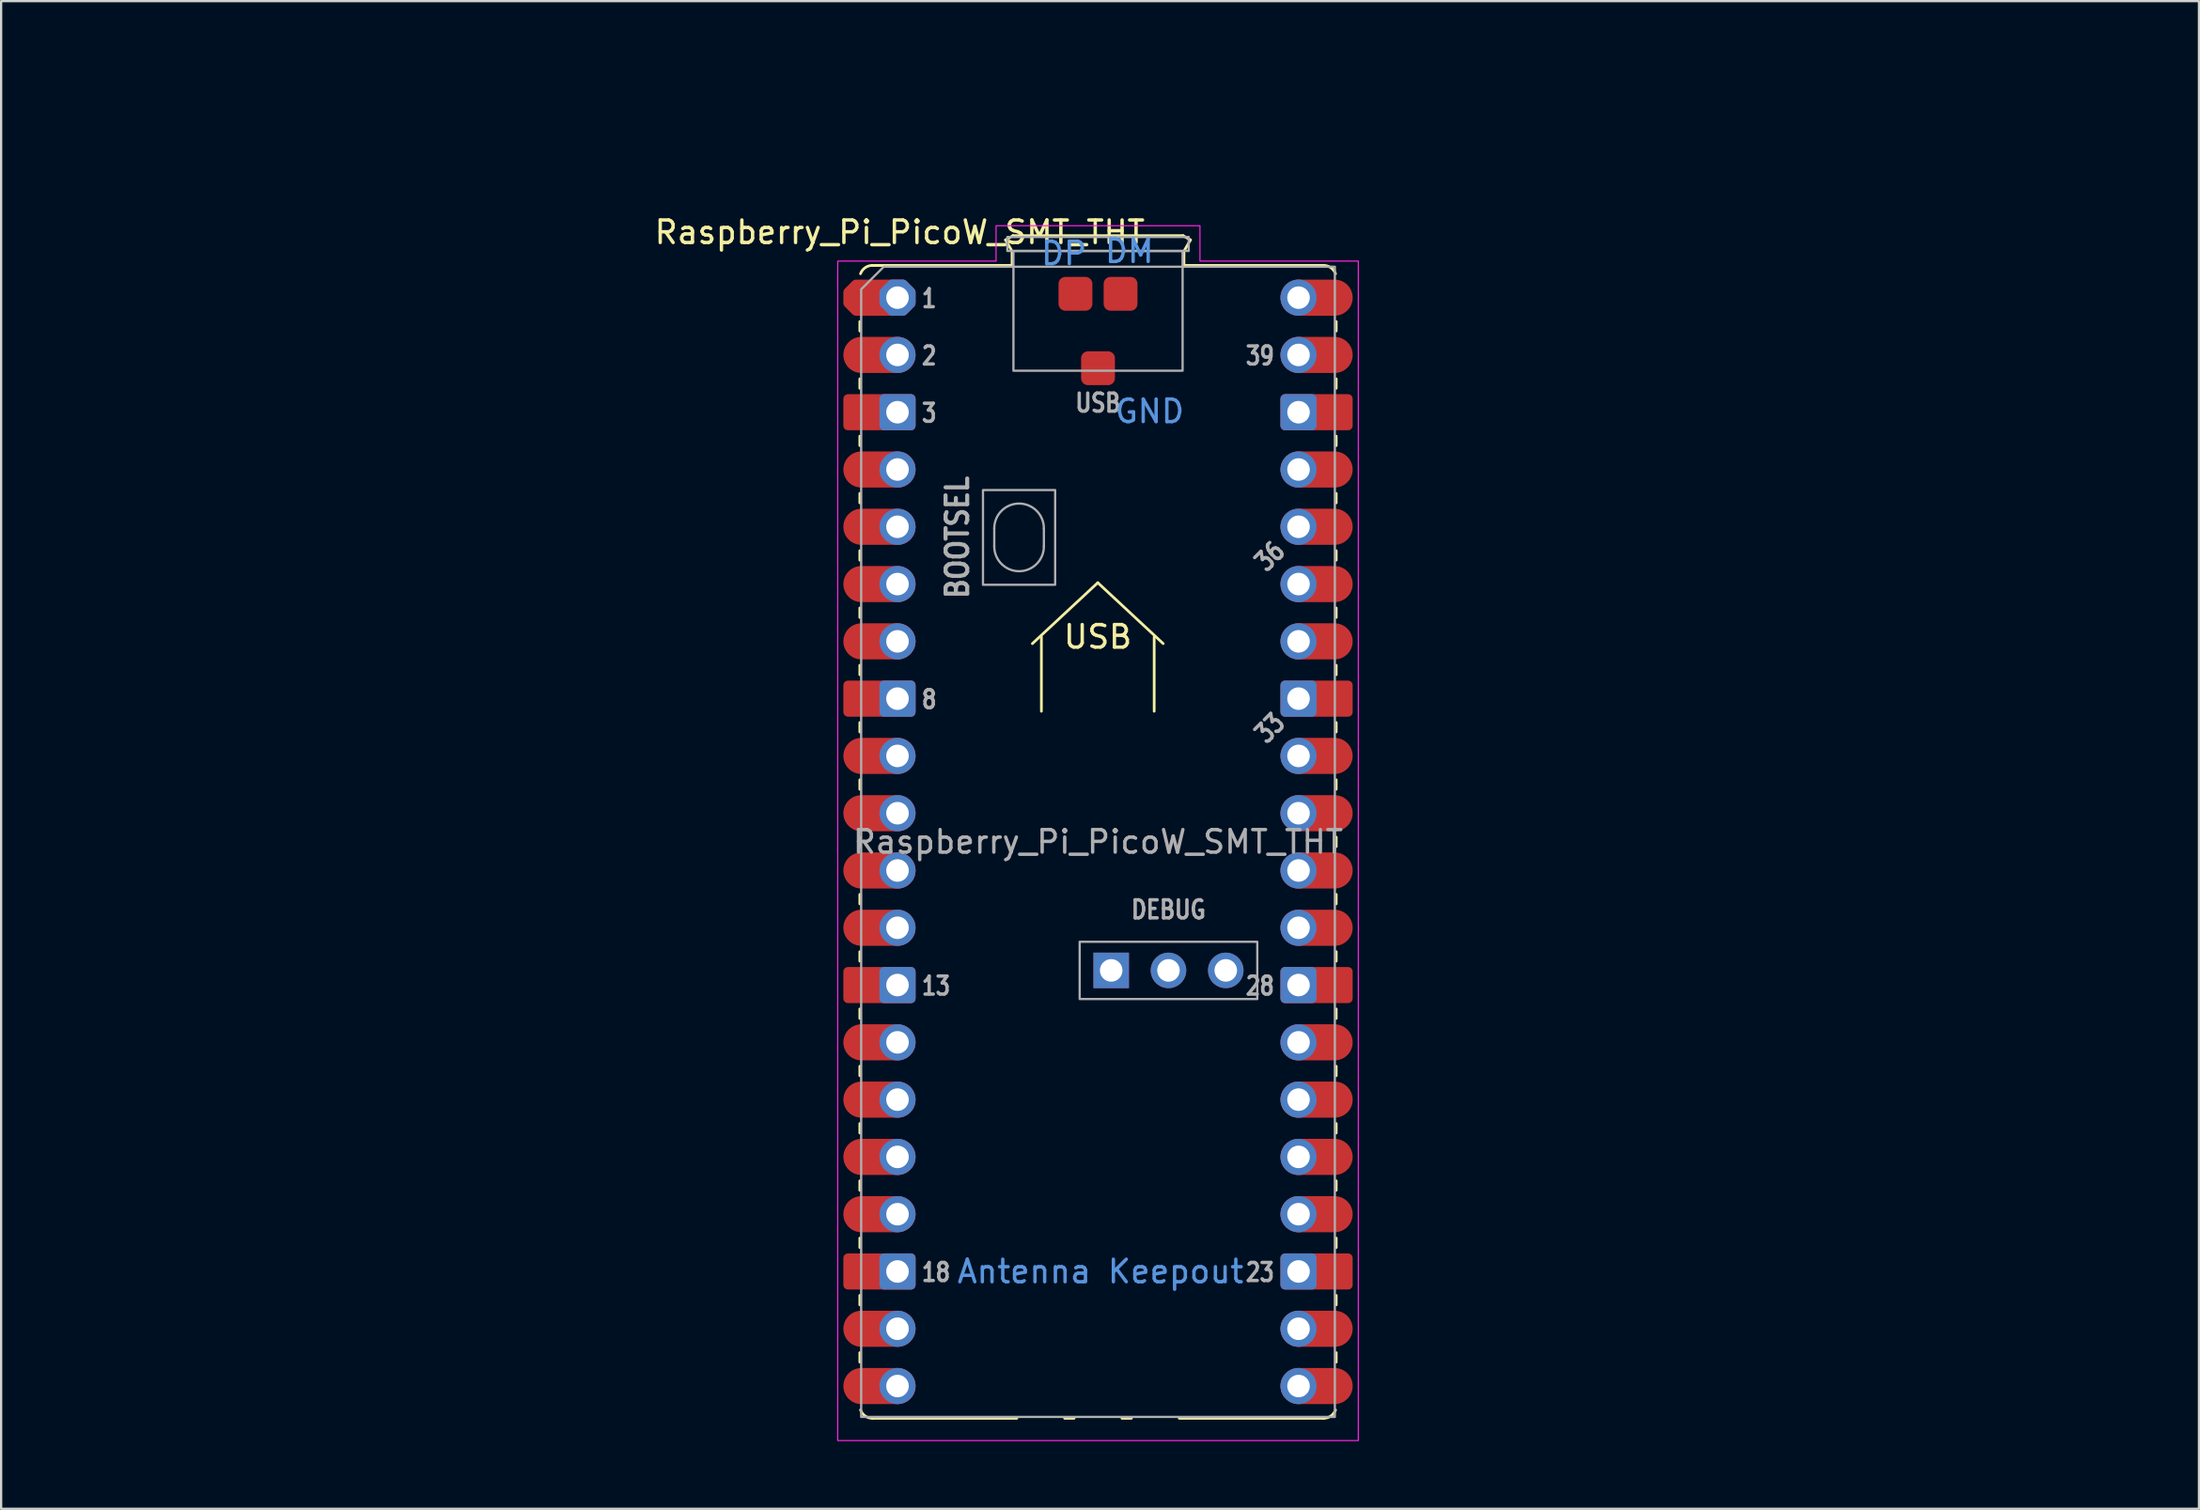
<source format=kicad_pcb>
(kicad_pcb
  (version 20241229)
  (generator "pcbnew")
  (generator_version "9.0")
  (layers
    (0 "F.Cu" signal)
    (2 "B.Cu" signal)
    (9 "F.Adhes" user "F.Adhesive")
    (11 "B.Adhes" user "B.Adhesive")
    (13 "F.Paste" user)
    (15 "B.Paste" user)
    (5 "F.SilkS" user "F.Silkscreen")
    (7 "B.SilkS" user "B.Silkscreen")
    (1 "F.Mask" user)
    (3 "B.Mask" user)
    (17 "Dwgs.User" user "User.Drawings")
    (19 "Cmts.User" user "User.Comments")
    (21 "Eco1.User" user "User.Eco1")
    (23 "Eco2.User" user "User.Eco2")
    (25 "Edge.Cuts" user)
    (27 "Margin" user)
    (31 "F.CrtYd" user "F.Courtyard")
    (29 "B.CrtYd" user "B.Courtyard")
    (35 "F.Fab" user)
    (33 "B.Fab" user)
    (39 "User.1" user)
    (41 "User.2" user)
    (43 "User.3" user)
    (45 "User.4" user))
  (footprint "Raspberry_Pi_PicoW_SMT_THT"
    (layer "F.Cu")
    (at 45.62 34.188)
    (property "Reference" "Raspberry_Pi_PicoW_SMT_THT" (at -8.78 -26.94 0) (layer "F.SilkS") (effects (font (size 1 1) (thickness 0.15))))
    (attr through_hole)
    (fp_line (start -10.55 -22.98) (end -10.55 -22.56) (stroke (width 0.12) (type solid)) (layer "F.SilkS"))
    (fp_line (start -10.55 -20.44) (end -10.55 -20.02) (stroke (width 0.12) (type solid)) (layer "F.SilkS"))
    (fp_line (start -10.55 -17.9) (end -10.55 -17.48) (stroke (width 0.12) (type solid)) (layer "F.SilkS"))
    (fp_line (start -10.55 -15.36) (end -10.55 -14.94) (stroke (width 0.12) (type solid)) (layer "F.SilkS"))
    (fp_line (start -10.55 -12.82) (end -10.55 -12.4) (stroke (width 0.12) (type solid)) (layer "F.SilkS"))
    (fp_line (start -10.55 -10.28) (end -10.55 -9.86) (stroke (width 0.12) (type solid)) (layer "F.SilkS"))
    (fp_line (start -10.55 -7.74) (end -10.55 -7.32) (stroke (width 0.12) (type solid)) (layer "F.SilkS"))
    (fp_line (start -10.55 -5.2) (end -10.55 -4.78) (stroke (width 0.12) (type solid)) (layer "F.SilkS"))
    (fp_line (start -10.55 -2.66) (end -10.55 -2.24) (stroke (width 0.12) (type solid)) (layer "F.SilkS"))
    (fp_line (start -10.55 -0.12) (end -10.55 0.3) (stroke (width 0.12) (type solid)) (layer "F.SilkS"))
    (fp_line (start -10.55 2.42) (end -10.55 2.84) (stroke (width 0.12) (type solid)) (layer "F.SilkS"))
    (fp_line (start -10.55 4.96) (end -10.55 5.38) (stroke (width 0.12) (type solid)) (layer "F.SilkS"))
    (fp_line (start -10.55 7.5) (end -10.55 7.92) (stroke (width 0.12) (type solid)) (layer "F.SilkS"))
    (fp_line (start -10.55 10.04) (end -10.55 10.46) (stroke (width 0.12) (type solid)) (layer "F.SilkS"))
    (fp_line (start -10.55 12.58) (end -10.55 13) (stroke (width 0.12) (type solid)) (layer "F.SilkS"))
    (fp_line (start -10.55 15.12) (end -10.55 15.54) (stroke (width 0.12) (type solid)) (layer "F.SilkS"))
    (fp_line (start -10.55 17.66) (end -10.55 18.08) (stroke (width 0.12) (type solid)) (layer "F.SilkS"))
    (fp_line (start -10.55 20.2) (end -10.55 20.62) (stroke (width 0.12) (type solid)) (layer "F.SilkS"))
    (fp_line (start -10.55 22.74) (end -10.55 23.16) (stroke (width 0.12) (type solid)) (layer "F.SilkS"))
    (fp_line (start -9.99 -25.47) (end -3.8 -25.47) (stroke (width 0.12) (type solid)) (layer "F.SilkS"))
    (fp_line (start -9.99 25.65) (end -3.59 25.65) (stroke (width 0.12) (type solid)) (layer "F.SilkS"))
    (fp_line (start -4.09 -26.6) (end -3.76 -26.79) (stroke (width 0.12) (type solid)) (layer "F.SilkS"))
    (fp_line (start -3.8 -26.1) (end -4.09 -26.6) (stroke (width 0.12) (type solid)) (layer "F.SilkS"))
    (fp_line (start -3.8 -25.47) (end -9.99 -25.47) (stroke (width 0.12) (type solid)) (layer "F.SilkS"))
    (fp_line (start -3.8 -25.47) (end -3.8 -26.1) (stroke (width 0.12) (type solid)) (layer "F.SilkS"))
    (fp_line (start -3.76 -26.79) (end 3.78 -26.79) (stroke (width 0.12) (type solid)) (layer "F.SilkS"))
    (fp_line (start -2.9 -8.7) (end 0 -11.4) (stroke (width 0.12) (type solid)) (layer "F.SilkS"))
    (fp_line (start -2.5 -5.7) (end -2.5 -9) (stroke (width 0.12) (type solid)) (layer "F.SilkS"))
    (fp_line (start -1.47 25.65) (end -1.05 25.65) (stroke (width 0.12) (type solid)) (layer "F.SilkS"))
    (fp_line (start 0 -11.4) (end 2.9 -8.7) (stroke (width 0.12) (type solid)) (layer "F.SilkS"))
    (fp_line (start 1.07 25.65) (end 1.49 25.65) (stroke (width 0.12) (type solid)) (layer "F.SilkS"))
    (fp_line (start 2.5 -5.7) (end 2.5 -9) (stroke (width 0.12) (type solid)) (layer "F.SilkS"))
    (fp_line (start 3.61 25.65) (end 10.01 25.65) (stroke (width 0.12) (type solid)) (layer "F.SilkS"))
    (fp_line (start 3.78 -26.79) (end 4.11 -26.6) (stroke (width 0.12) (type solid)) (layer "F.SilkS"))
    (fp_line (start 3.82 -26.1) (end 3.82 -25.47) (stroke (width 0.12) (type solid)) (layer "F.SilkS"))
    (fp_line (start 4.11 -26.6) (end 3.82 -26.1) (stroke (width 0.12) (type solid)) (layer "F.SilkS"))
    (fp_line (start 10.01 -25.47) (end 3.82 -25.47) (stroke (width 0.12) (type solid)) (layer "F.SilkS"))
    (fp_line (start 10.57 -22.98) (end 10.57 -22.56) (stroke (width 0.12) (type solid)) (layer "F.SilkS"))
    (fp_line (start 10.57 -20.44) (end 10.57 -20.02) (stroke (width 0.12) (type solid)) (layer "F.SilkS"))
    (fp_line (start 10.57 -17.9) (end 10.57 -17.48) (stroke (width 0.12) (type solid)) (layer "F.SilkS"))
    (fp_line (start 10.57 -15.36) (end 10.57 -14.94) (stroke (width 0.12) (type solid)) (layer "F.SilkS"))
    (fp_line (start 10.57 -12.82) (end 10.57 -12.4) (stroke (width 0.12) (type solid)) (layer "F.SilkS"))
    (fp_line (start 10.57 -10.28) (end 10.57 -9.86) (stroke (width 0.12) (type solid)) (layer "F.SilkS"))
    (fp_line (start 10.57 -7.74) (end 10.57 -7.32) (stroke (width 0.12) (type solid)) (layer "F.SilkS"))
    (fp_line (start 10.57 -5.2) (end 10.57 -4.78) (stroke (width 0.12) (type solid)) (layer "F.SilkS"))
    (fp_line (start 10.57 -2.66) (end 10.57 -2.24) (stroke (width 0.12) (type solid)) (layer "F.SilkS"))
    (fp_line (start 10.57 -0.12) (end 10.57 0.3) (stroke (width 0.12) (type solid)) (layer "F.SilkS"))
    (fp_line (start 10.57 2.42) (end 10.57 2.84) (stroke (width 0.12) (type solid)) (layer "F.SilkS"))
    (fp_line (start 10.57 4.96) (end 10.57 5.38) (stroke (width 0.12) (type solid)) (layer "F.SilkS"))
    (fp_line (start 10.57 7.5) (end 10.57 7.92) (stroke (width 0.12) (type solid)) (layer "F.SilkS"))
    (fp_line (start 10.57 10.04) (end 10.57 10.46) (stroke (width 0.12) (type solid)) (layer "F.SilkS"))
    (fp_line (start 10.57 12.58) (end 10.57 13) (stroke (width 0.12) (type solid)) (layer "F.SilkS"))
    (fp_line (start 10.57 15.12) (end 10.57 15.54) (stroke (width 0.12) (type solid)) (layer "F.SilkS"))
    (fp_line (start 10.57 17.66) (end 10.57 18.08) (stroke (width 0.12) (type solid)) (layer "F.SilkS"))
    (fp_line (start 10.57 20.2) (end 10.57 20.62) (stroke (width 0.12) (type solid)) (layer "F.SilkS"))
    (fp_line (start 10.57 22.74) (end 10.57 23.16) (stroke (width 0.12) (type solid)) (layer "F.SilkS"))
    (fp_arc (start -10.52 -25.1) (mid -10.313508 -25.368808) (end -9.99 -25.47) (stroke (width 0.12) (type solid)) (layer "F.SilkS"))
    (fp_arc (start -9.99 25.65) (mid -10.313508 25.548809) (end -10.52 25.28) (stroke (width 0.12) (type solid)) (layer "F.SilkS"))
    (fp_arc (start 10.01 -25.47) (mid 10.333529 -25.368823) (end 10.54 -25.1) (stroke (width 0.12) (type solid)) (layer "F.SilkS"))
    (fp_arc (start 10.54 25.28) (mid 10.333497 25.548778) (end 10.01 25.65) (stroke (width 0.12) (type solid)) (layer "F.SilkS"))
    (fp_poly (pts (xy 4.53 -25.66) (xy 11.55 -25.66) (xy 11.55 26.64) (xy -11.53 26.64) (xy -11.53 -25.66) (xy -4.51 -25.66) (xy -4.51 -27.23) (xy 4.53 -27.23)) (stroke (width 0.05) (type solid)) (fill no) (layer "F.CrtYd"))
    (fp_line (start -4.59 -13.81) (end -4.59 -13.01) (stroke (width 0.1) (type solid)) (layer "F.Fab"))
    (fp_line (start -2.39 -13.81) (end -2.39 -13.01) (stroke (width 0.1) (type solid)) (layer "F.Fab"))
    (fp_rect (start -5.09 -15.51) (end -1.89 -11.31) (stroke (width 0.1) (type solid)) (fill no) (layer "F.Fab"))
    (fp_rect (start -4.01 -26.73) (end 4.03 -26.11) (stroke (width 0.1) (type solid)) (fill no) (layer "F.Fab"))
    (fp_rect (start -3.74 -26.11) (end 3.76 -20.8) (stroke (width 0.1) (type solid)) (fill no) (layer "F.Fab"))
    (fp_rect (start -0.803 4.52) (end 7.071 7.06) (stroke (width 0.1) (type solid)) (fill no) (layer "F.Fab"))
    (fp_arc (start -4.59 -13.81) (mid -3.49 -14.91) (end -2.39 -13.81) (stroke (width 0.1) (type solid)) (layer "F.Fab"))
    (fp_arc (start -2.39 -13.01) (mid -3.49 -11.91) (end -4.59 -13.01) (stroke (width 0.1) (type solid)) (layer "F.Fab"))
    (fp_poly (pts (xy 10.51 25.59) (xy -10.49 25.59) (xy -10.49 -24.41) (xy -9.49 -25.41) (xy 10.51 -25.41)) (stroke (width 0.1) (type solid)) (fill no) (layer "F.Fab"))
    (fp_text user "USB" (at 0 -9 0) (unlocked yes) (layer "F.SilkS") (effects (font (size 1 1) (thickness 0.15))))
    (fp_text user "Antenna Keepout" (at 0.12 19.14 0) (unlocked yes) (layer "Cmts.User") (effects (font (size 1 1) (thickness 0.15))))
    (fp_text user "DP" (at -1.5 -26 0) (unlocked yes) (layer "Cmts.User") (effects (font (size 1 1) (thickness 0.15))))
    (fp_text user "GND" (at 2.3 -19 0) (unlocked yes) (layer "Cmts.User") (effects (font (size 1 1) (thickness 0.15))))
    (fp_text user "DM" (at 1.4 -26.1 0) (unlocked yes) (layer "Cmts.User") (effects (font (size 1 1) (thickness 0.15))))
    (fp_text user "BOOTSEL" (at -6.224 -13.41 90) (unlocked yes) (layer "F.Fab") (effects (font (size 0.96 0.825) (thickness 0.18))))
    (fp_text user "8" (at -7.88 -6.222 0) (unlocked yes) (layer "F.Fab") (effects (font (size 0.8 0.64) (thickness 0.15)) (justify left)))
    (fp_text user "1" (at -7.88 -24.002 0) (unlocked yes) (layer "F.Fab") (effects (font (size 0.8 0.64) (thickness 0.15)) (justify left)))
    (fp_text user "23" (at 7.9 19.178 0) (unlocked yes) (layer "F.Fab") (effects (font (size 0.8 0.64) (thickness 0.15)) (justify right)))
    (fp_text user "3" (at -7.88 -18.922 0) (unlocked yes) (layer "F.Fab") (effects (font (size 0.8 0.64) (thickness 0.15)) (justify left)))
    (fp_text user "33" (at 7.63 -4.952 45) (unlocked yes) (layer "F.Fab") (effects (font (size 0.8 0.64) (thickness 0.15))))
    (fp_text user "39" (at 7.9 -21.462 0) (unlocked yes) (layer "F.Fab") (effects (font (size 0.8 0.64) (thickness 0.15)) (justify right)))
    (fp_text user "USB" (at 0.01 -19.372 0) (unlocked yes) (layer "F.Fab") (effects (font (size 0.8 0.66) (thickness 0.15))))
    (fp_text user "2" (at -7.88 -21.462 0) (unlocked yes) (layer "F.Fab") (effects (font (size 0.8 0.64) (thickness 0.15)) (justify left)))
    (fp_text user "18" (at -7.88 19.178 0) (unlocked yes) (layer "F.Fab") (effects (font (size 0.8 0.64) (thickness 0.15)) (justify left)))
    (fp_text user "28" (at 7.9 6.478 0) (unlocked yes) (layer "F.Fab") (effects (font (size 0.8 0.64) (thickness 0.15)) (justify right)))
    (fp_text user "36" (at 7.63 -12.572 45) (unlocked yes) (layer "F.Fab") (effects (font (size 0.8 0.64) (thickness 0.15))))
    (fp_text user "13" (at -7.88 6.478 0) (unlocked yes) (layer "F.Fab") (effects (font (size 0.8 0.64) (thickness 0.15)) (justify left)))
    (fp_text user "${REFERENCE}" (at 0.01 0.09 0) (unlocked yes) (layer "F.Fab") (effects (font (size 1 1) (thickness 0.15))))
    (fp_text user "DEBUG" (at 3.134 3.098 0) (unlocked yes) (layer "F.Fab") (effects (font (size 0.8 0.66) (thickness 0.15))))
    (fp_text user "https://forum.kicad.info/t/are-there-pi-pico-library-files-available-for-kicad-6/35844/12" (at 0.12 -31.54 0) (unlocked yes) (layer "User.1") (effects (font (size 1 1) (thickness 0.15))))
    (fp_text user "This public domain footprint does not match the original source as it has been modified to better fit this application" (at 0.1 -29.8 0) (unlocked yes) (layer "User.1") (effects (font (size 1 1) (thickness 0.15))))
    (fp_text user "Public Domain As Per:" (at 0.82 -33.34 0) (unlocked yes) (layer "User.1") (effects (font (size 1 1) (thickness 0.15))))
    (pad "1" smd custom (at -10.48 -24.04) (size 1.6 1.6) (layers "F.Cu" "F.Mask") (options (anchor circle)) (primitives (gr_poly (pts (xy 2.2 0.249) (xy 1.849 0.6) (xy -0.249 0.6) (xy -0.6 0.249) (xy -0.6 -0.249) (xy -0.249 -0.6) (xy 1.849 -0.6) (xy 2.2 -0.249)) (width 0.4) (fill yes))))
    (pad "1" thru_hole custom (at -8.88 -24.04) (size 1.6 1.6) (drill 1) (layers "*.Cu" "*.Mask") (options (anchor circle)) (primitives (gr_poly (pts (xy 0.6 0.249) (xy 0.249 0.6) (xy -0.249 0.6) (xy -0.6 0.249) (xy -0.6 -0.249) (xy -0.249 -0.6) (xy 0.249 -0.6) (xy 0.6 -0.249)) (width 0.4) (fill yes))))
    (pad "2" smd oval (at -10.48 -21.5) (size 3.2 1.6) (drill (offset 0.8 0)) (layers "F.Cu" "F.Mask"))
    (pad "2" thru_hole circle (at -8.88 -21.5) (size 1.6 1.6) (drill 1) (layers "*.Cu" "*.Mask"))
    (pad "3" smd roundrect (at -10.48 -18.96) (size 3.2 1.6) (drill (offset 0.8 0)) (layers "F.Cu" "F.Mask") (roundrect_rratio 0.125))
    (pad "3" thru_hole roundrect (at -8.88 -18.96) (size 1.6 1.6) (drill 1) (layers "*.Cu" "*.Mask") (roundrect_rratio 0.125))
    (pad "4" smd oval (at -10.48 -16.42) (size 3.2 1.6) (drill (offset 0.8 0)) (layers "F.Cu" "F.Mask"))
    (pad "4" thru_hole circle (at -8.88 -16.42) (size 1.6 1.6) (drill 1) (layers "*.Cu" "*.Mask"))
    (pad "5" smd oval (at -10.48 -13.88) (size 3.2 1.6) (drill (offset 0.8 0)) (layers "F.Cu" "F.Mask"))
    (pad "5" thru_hole circle (at -8.88 -13.88) (size 1.6 1.6) (drill 1) (layers "*.Cu" "*.Mask"))
    (pad "6" smd oval (at -10.48 -11.34) (size 3.2 1.6) (drill (offset 0.8 0)) (layers "F.Cu" "F.Mask"))
    (pad "6" thru_hole circle (at -8.88 -11.34) (size 1.6 1.6) (drill 1) (layers "*.Cu" "*.Mask"))
    (pad "7" smd oval (at -10.48 -8.8) (size 3.2 1.6) (drill (offset 0.8 0)) (layers "F.Cu" "F.Mask"))
    (pad "7" thru_hole circle (at -8.88 -8.8) (size 1.6 1.6) (drill 1) (layers "*.Cu" "*.Mask"))
    (pad "8" smd roundrect (at -10.48 -6.26) (size 3.2 1.6) (drill (offset 0.8 0)) (layers "F.Cu" "F.Mask") (roundrect_rratio 0.125))
    (pad "8" thru_hole roundrect (at -8.88 -6.26) (size 1.6 1.6) (drill 1) (layers "*.Cu" "*.Mask") (roundrect_rratio 0.125))
    (pad "9" smd oval (at -10.48 -3.72) (size 3.2 1.6) (drill (offset 0.8 0)) (layers "F.Cu" "F.Mask"))
    (pad "9" thru_hole circle (at -8.88 -3.72) (size 1.6 1.6) (drill 1) (layers "*.Cu" "*.Mask"))
    (pad "10" smd oval (at -10.48 -1.18) (size 3.2 1.6) (drill (offset 0.8 0)) (layers "F.Cu" "F.Mask"))
    (pad "10" thru_hole circle (at -8.88 -1.18) (size 1.6 1.6) (drill 1) (layers "*.Cu" "*.Mask"))
    (pad "11" smd oval (at -10.48 1.36) (size 3.2 1.6) (drill (offset 0.8 0)) (layers "F.Cu" "F.Mask"))
    (pad "11" thru_hole circle (at -8.88 1.36) (size 1.6 1.6) (drill 1) (layers "*.Cu" "*.Mask"))
    (pad "12" smd oval (at -10.48 3.9) (size 3.2 1.6) (drill (offset 0.8 0)) (layers "F.Cu" "F.Mask"))
    (pad "12" thru_hole circle (at -8.88 3.9) (size 1.6 1.6) (drill 1) (layers "*.Cu" "*.Mask"))
    (pad "13" smd roundrect (at -10.48 6.44) (size 3.2 1.6) (drill (offset 0.8 0)) (layers "F.Cu" "F.Mask") (roundrect_rratio 0.125))
    (pad "13" thru_hole roundrect (at -8.88 6.44) (size 1.6 1.6) (drill 1) (layers "*.Cu" "*.Mask") (roundrect_rratio 0.125))
    (pad "14" smd oval (at -10.48 8.98) (size 3.2 1.6) (drill (offset 0.8 0)) (layers "F.Cu" "F.Mask"))
    (pad "14" thru_hole circle (at -8.88 8.98) (size 1.6 1.6) (drill 1) (layers "*.Cu" "*.Mask"))
    (pad "15" smd oval (at -10.48 11.52) (size 3.2 1.6) (drill (offset 0.8 0)) (layers "F.Cu" "F.Mask"))
    (pad "15" thru_hole circle (at -8.88 11.52) (size 1.6 1.6) (drill 1) (layers "*.Cu" "*.Mask"))
    (pad "16" smd oval (at -10.48 14.06) (size 3.2 1.6) (drill (offset 0.8 0)) (layers "F.Cu" "F.Mask"))
    (pad "16" thru_hole circle (at -8.88 14.06) (size 1.6 1.6) (drill 1) (layers "*.Cu" "*.Mask"))
    (pad "17" smd oval (at -10.48 16.6) (size 3.2 1.6) (drill (offset 0.8 0)) (layers "F.Cu" "F.Mask"))
    (pad "17" thru_hole circle (at -8.88 16.6) (size 1.6 1.6) (drill 1) (layers "*.Cu" "*.Mask"))
    (pad "18" smd roundrect (at -10.48 19.14) (size 3.2 1.6) (drill (offset 0.8 0)) (layers "F.Cu" "F.Mask") (roundrect_rratio 0.125))
    (pad "18" thru_hole roundrect (at -8.88 19.14) (size 1.6 1.6) (drill 1) (layers "*.Cu" "*.Mask") (roundrect_rratio 0.125))
    (pad "19" smd oval (at -10.48 21.68) (size 3.2 1.6) (drill (offset 0.8 0)) (layers "F.Cu" "F.Mask"))
    (pad "19" thru_hole circle (at -8.88 21.68) (size 1.6 1.6) (drill 1) (layers "*.Cu" "*.Mask"))
    (pad "20" smd oval (at -10.48 24.22) (size 3.2 1.6) (drill (offset 0.8 0)) (layers "F.Cu" "F.Mask"))
    (pad "20" thru_hole circle (at -8.88 24.22) (size 1.6 1.6) (drill 1) (layers "*.Cu" "*.Mask"))
    (pad "21" thru_hole circle (at 8.9 24.22) (size 1.6 1.6) (drill 1) (layers "*.Cu" "*.Mask"))
    (pad "21" smd oval (at 10.5 24.22) (size 3.2 1.6) (drill (offset -0.8 0)) (layers "F.Cu" "F.Mask"))
    (pad "22" thru_hole circle (at 8.9 21.68) (size 1.6 1.6) (drill 1) (layers "*.Cu" "*.Mask"))
    (pad "22" smd oval (at 10.5 21.68) (size 3.2 1.6) (drill (offset -0.8 0)) (layers "F.Cu" "F.Mask"))
    (pad "23" thru_hole roundrect (at 8.9 19.14) (size 1.6 1.6) (drill 1) (layers "*.Cu" "*.Mask") (roundrect_rratio 0.125))
    (pad "23" smd roundrect (at 10.5 19.14) (size 3.2 1.6) (drill (offset -0.8 0)) (layers "F.Cu" "F.Mask") (roundrect_rratio 0.125))
    (pad "24" thru_hole circle (at 8.9 16.6) (size 1.6 1.6) (drill 1) (layers "*.Cu" "*.Mask"))
    (pad "24" smd oval (at 10.5 16.6) (size 3.2 1.6) (drill (offset -0.8 0)) (layers "F.Cu" "F.Mask"))
    (pad "25" thru_hole circle (at 8.9 14.06) (size 1.6 1.6) (drill 1) (layers "*.Cu" "*.Mask"))
    (pad "25" smd oval (at 10.5 14.06) (size 3.2 1.6) (drill (offset -0.8 0)) (layers "F.Cu" "F.Mask"))
    (pad "26" thru_hole circle (at 8.9 11.52) (size 1.6 1.6) (drill 1) (layers "*.Cu" "*.Mask"))
    (pad "26" smd oval (at 10.5 11.52) (size 3.2 1.6) (drill (offset -0.8 0)) (layers "F.Cu" "F.Mask"))
    (pad "27" thru_hole circle (at 8.9 8.98) (size 1.6 1.6) (drill 1) (layers "*.Cu" "*.Mask"))
    (pad "27" smd oval (at 10.5 8.98) (size 3.2 1.6) (drill (offset -0.8 0)) (layers "F.Cu" "F.Mask"))
    (pad "28" thru_hole roundrect (at 8.9 6.44) (size 1.6 1.6) (drill 1) (layers "*.Cu" "*.Mask") (roundrect_rratio 0.125))
    (pad "28" smd roundrect (at 10.5 6.44) (size 3.2 1.6) (drill (offset -0.8 0)) (layers "F.Cu" "F.Mask") (roundrect_rratio 0.125))
    (pad "29" thru_hole circle (at 8.9 3.9) (size 1.6 1.6) (drill 1) (layers "*.Cu" "*.Mask"))
    (pad "29" smd oval (at 10.5 3.9) (size 3.2 1.6) (drill (offset -0.8 0)) (layers "F.Cu" "F.Mask"))
    (pad "30" thru_hole circle (at 8.9 1.36) (size 1.6 1.6) (drill 1) (layers "*.Cu" "*.Mask"))
    (pad "30" smd oval (at 10.5 1.36) (size 3.2 1.6) (drill (offset -0.8 0)) (layers "F.Cu" "F.Mask"))
    (pad "31" thru_hole circle (at 8.9 -1.18) (size 1.6 1.6) (drill 1) (layers "*.Cu" "*.Mask"))
    (pad "31" smd oval (at 10.5 -1.18) (size 3.2 1.6) (drill (offset -0.8 0)) (layers "F.Cu" "F.Mask"))
    (pad "32" thru_hole circle (at 8.9 -3.72) (size 1.6 1.6) (drill 1) (layers "*.Cu" "*.Mask"))
    (pad "32" smd oval (at 10.5 -3.72) (size 3.2 1.6) (drill (offset -0.8 0)) (layers "F.Cu" "F.Mask"))
    (pad "33" thru_hole roundrect (at 8.9 -6.26) (size 1.6 1.6) (drill 1) (layers "*.Cu" "*.Mask") (roundrect_rratio 0.125))
    (pad "33" smd roundrect (at 10.5 -6.26) (size 3.2 1.6) (drill (offset -0.8 0)) (layers "F.Cu" "F.Mask") (roundrect_rratio 0.125))
    (pad "34" thru_hole circle (at 8.9 -8.8) (size 1.6 1.6) (drill 1) (layers "*.Cu" "*.Mask"))
    (pad "34" smd oval (at 10.5 -8.8) (size 3.2 1.6) (drill (offset -0.8 0)) (layers "F.Cu" "F.Mask"))
    (pad "35" thru_hole circle (at 8.9 -11.34) (size 1.6 1.6) (drill 1) (layers "*.Cu" "*.Mask"))
    (pad "35" smd oval (at 10.5 -11.34) (size 3.2 1.6) (drill (offset -0.8 0)) (layers "F.Cu" "F.Mask"))
    (pad "36" thru_hole circle (at 8.9 -13.88) (size 1.6 1.6) (drill 1) (layers "*.Cu" "*.Mask"))
    (pad "36" smd oval (at 10.5 -13.88) (size 3.2 1.6) (drill (offset -0.8 0)) (layers "F.Cu" "F.Mask"))
    (pad "37" thru_hole circle (at 8.9 -16.42) (size 1.6 1.6) (drill 1) (layers "*.Cu" "*.Mask"))
    (pad "37" smd oval (at 10.5 -16.42) (size 3.2 1.6) (drill (offset -0.8 0)) (layers "F.Cu" "F.Mask"))
    (pad "38" thru_hole roundrect (at 8.9 -18.96) (size 1.6 1.6) (drill 1) (layers "*.Cu" "*.Mask") (roundrect_rratio 0.125))
    (pad "38" smd roundrect (at 10.5 -18.96) (size 3.2 1.6) (drill (offset -0.8 0)) (layers "F.Cu" "F.Mask") (roundrect_rratio 0.125))
    (pad "39" thru_hole circle (at 8.9 -21.5) (size 1.6 1.6) (drill 1) (layers "*.Cu" "*.Mask"))
    (pad "39" smd oval (at 10.5 -21.5) (size 3.2 1.6) (drill (offset -0.8 0)) (layers "F.Cu" "F.Mask"))
    (pad "40" thru_hole circle (at 8.9 -24.04) (size 1.6 1.6) (drill 1) (layers "*.Cu" "*.Mask"))
    (pad "40" smd oval (at 10.5 -24.04) (size 3.2 1.6) (drill (offset -0.8 0)) (layers "F.Cu" "F.Mask"))
    (pad "41" thru_hole rect (at 0.594 5.79) (size 1.575 1.575) (drill 1) (layers "*.Cu" "*.Mask"))
    (pad "42" thru_hole circle (at 3.134 5.79) (size 1.575 1.575) (drill 1) (layers "*.Cu" "*.Mask"))
    (pad "43" thru_hole circle (at 5.674 5.79) (size 1.575 1.575) (drill 1) (layers "*.Cu" "*.Mask"))
    (pad "51" smd roundrect (at 0.01 -20.91) (size 1.5 1.5) (property pad_prop_testpoint) (layers "F.Cu" "F.Mask") (roundrect_rratio 0.2))
    (pad "52" smd roundrect (at 1.01 -24.21) (size 1.5 1.5) (property pad_prop_testpoint) (layers "F.Cu" "F.Mask") (roundrect_rratio 0.2))
    (pad "53" smd roundrect (at -0.99 -24.21) (size 1.5 1.5) (property pad_prop_testpoint) (layers "F.Cu" "F.Mask") (roundrect_rratio 0.2))
    (zone (net_name "") (layer "F.Cu") (name "Test Point Keepout") (hatch full 0.508) (connect_pads) (min_thickness 0.254) (filled_areas_thickness no) (keepout (tracks not_allowed) (vias not_allowed) (pads allowed) (copperpour not_allowed) (footprints allowed)) (placement (enabled no)) (fill) (polygon (pts (xy 43.92 17.588) (xy 42.32 17.588) (xy 42.32 15.988) (xy 43.92 15.988))))
    (zone (net_name "") (layer "F.Cu") (name "Test Point Keepout") (hatch full 0.508) (connect_pads) (min_thickness 0.254) (filled_areas_thickness no) (keepout (tracks not_allowed) (vias not_allowed) (pads allowed) (copperpour not_allowed) (footprints allowed)) (placement (enabled no)) (fill) (polygon (pts (xy 43.92 20.088) (xy 42.32 20.088) (xy 42.32 18.488) (xy 43.92 18.488))))
    (zone (net_name "") (layer "F.Cu") (name "Test Point Keepout") (hatch full 0.508) (connect_pads) (min_thickness 0.254) (filled_areas_thickness no) (keepout (tracks not_allowed) (vias not_allowed) (pads allowed) (copperpour not_allowed) (footprints allowed)) (placement (enabled no)) (fill) (polygon (pts (xy 43.92 22.588) (xy 42.32 22.588) (xy 42.32 20.988) (xy 43.92 20.988)))))
  (gr_rect
    (start -3 -3)
    (end 94.44 63.853)
    (stroke (width 0.1) (type default))
    (fill no)
    (layer "Edge.Cuts")))
</source>
